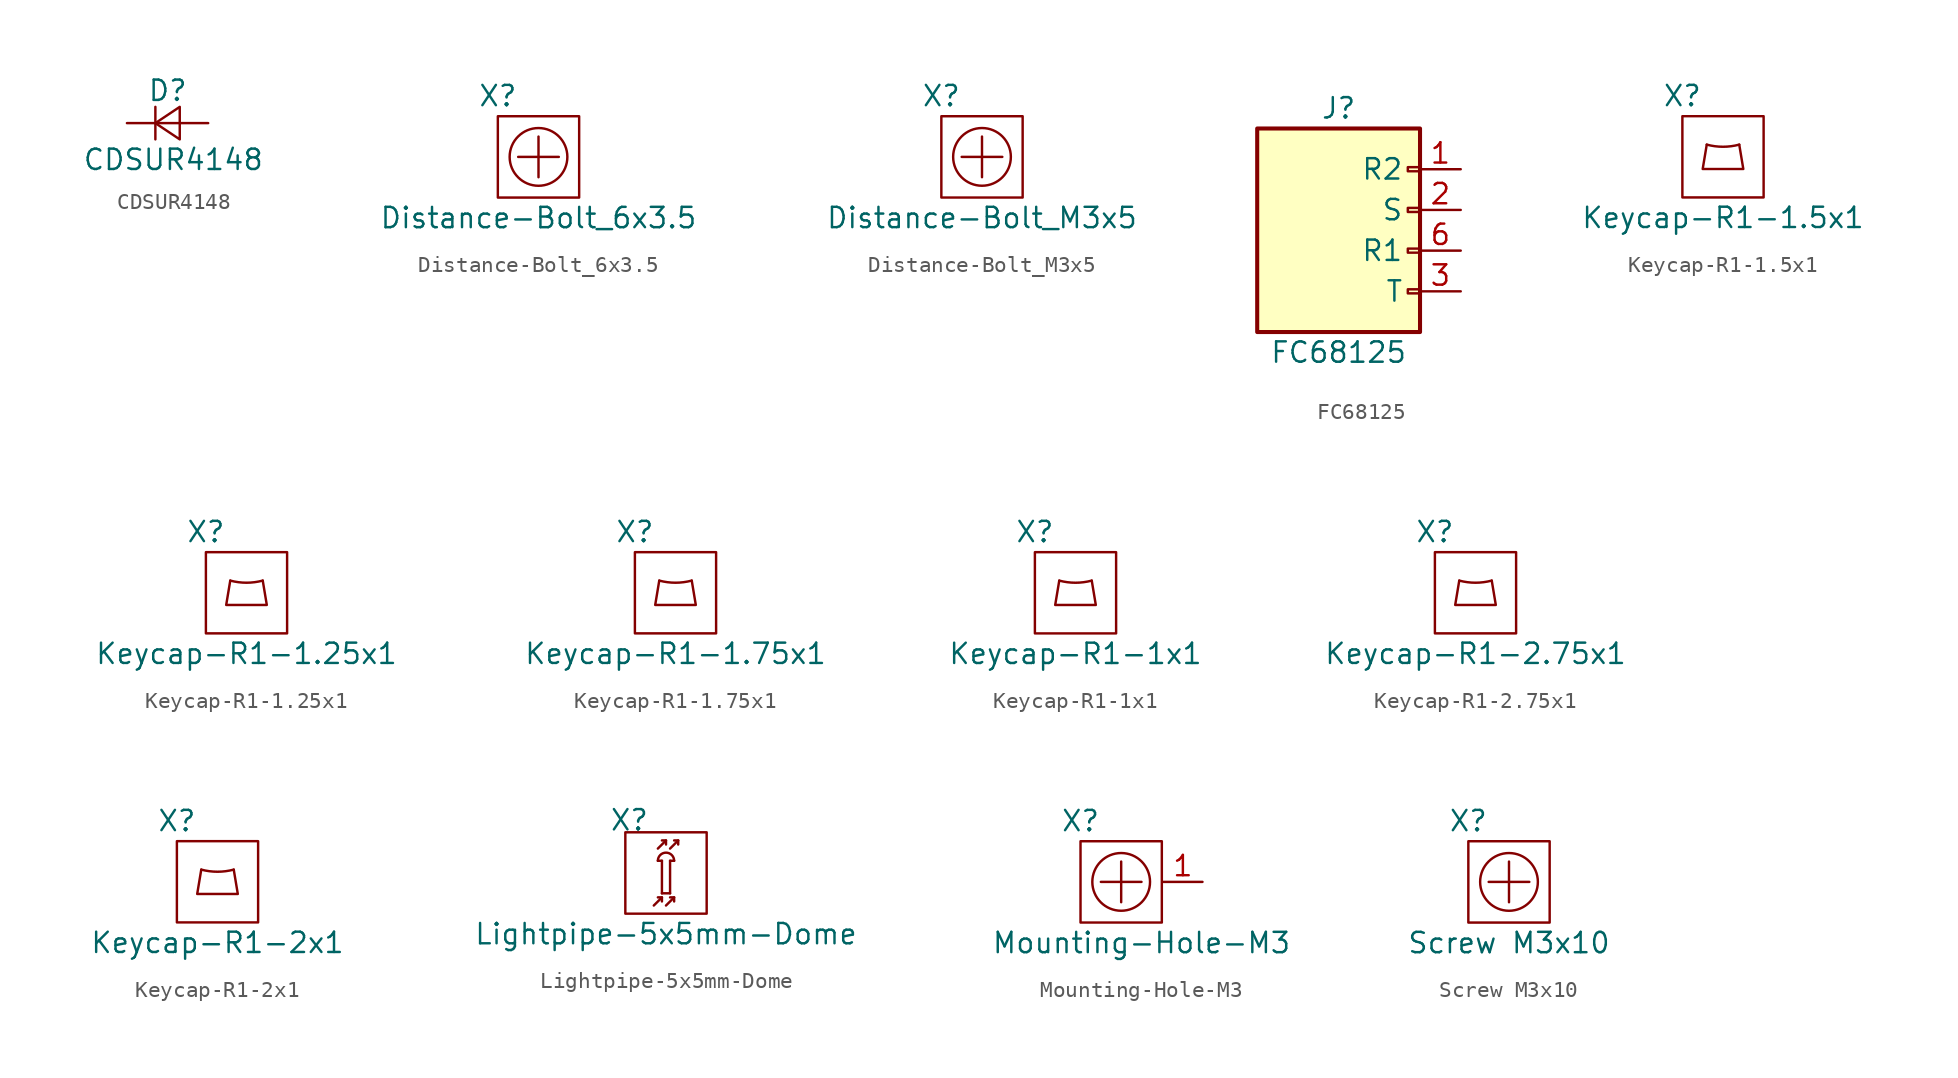
<source format=kicad_sym>
(kicad_symbol_lib
  (version 20211014)
  (generator kicad_symbol_editor)
  (symbol "CDSUR4148"
    (pin_numbers hide)
    (pin_names
      (offset 0.254) hide)
    (property "Reference" "D"
      (at -1.27 2.032 0)
      (effects (font (size 1.27 1.27)) (justify left)))
    (property "Value" "CDSUR4148"
      (at -5.334 -2.286 0)
      (effects (font (size 1.27 1.27)) (justify left)))
    (symbol "CDSUR4148_0_1"
      (polyline (pts (xy -0.762 -1.016) (xy -0.762 1.016)) (stroke (width 0) (type default) (color 0 0 0 0)) (fill (type none)))
      (polyline (pts (xy -0.762 0) (xy 0.762 0)) (stroke (width 0) (type default) (color 0 0 0 0)) (fill (type none)))
      (polyline (pts (xy 0.762 -1.016) (xy -0.762 0) (xy 0.762 1.016) (xy 0.762 -1.016)) (stroke (width 0) (type default) (color 0 0 0 0)) (fill (type none))))
    (symbol "CDSUR4148_1_1"
      (pin passive line (at -2.54 0 0) (length 1.778) (name "K" (effects (font (size 1.27 1.27)))) (number "1" (effects (font (size 1.27 1.27)))))
      (pin passive line (at 2.54 0 180) (length 1.778) (name "A" (effects (font (size 1.27 1.27)))) (number "2" (effects (font (size 1.27 1.27)))))))
  (symbol "Distance-Bolt_6x3.5"
    (property "Reference" "X"
      (at -2.54 3.81 0)
      (effects (font (size 1.27 1.27))))
    (property "Value" "Distance-Bolt_6x3.5"
      (at 0 -3.81 0)
      (effects (font (size 1.27 1.27))))
    (symbol "Distance-Bolt_6x3.5_0_1"
      (rectangle (start -2.54 2.54) (end 2.54 -2.54) (stroke (width 0) (type default) (color 0 0 0 0)) (fill (type none)))
      (polyline (pts (xy -1.27 0) (xy 1.27 0)) (stroke (width 0) (type default) (color 0 0 0 0)) (fill (type none)))
      (polyline (pts (xy 0 -1.27) (xy 0 1.27)) (stroke (width 0) (type default) (color 0 0 0 0)) (fill (type none)))
      (circle (center 0 0) (radius 1.803) (stroke (width 0) (type default) (color 0 0 0 0)) (fill (type none)))))
  (symbol "Distance-Bolt_M3x5"
    (property "Reference" "X"
      (at -2.54 3.81 0)
      (effects (font (size 1.27 1.27))))
    (property "Value" "Distance-Bolt_M3x5"
      (at 0 -3.81 0)
      (effects (font (size 1.27 1.27))))
    (symbol "Distance-Bolt_M3x5_0_1"
      (rectangle (start -2.54 2.54) (end 2.54 -2.54) (stroke (width 0) (type default) (color 0 0 0 0)) (fill (type none)))
      (polyline (pts (xy -1.27 0) (xy 1.27 0)) (stroke (width 0) (type default) (color 0 0 0 0)) (fill (type none)))
      (polyline (pts (xy 0 -1.27) (xy 0 1.27)) (stroke (width 0) (type default) (color 0 0 0 0)) (fill (type none)))
      (circle (center 0 0) (radius 1.803) (stroke (width 0) (type default) (color 0 0 0 0)) (fill (type none)))))
  (symbol "FC68125"
    (pin_names
      (offset 1.016))
    (property "Reference" "J"
      (at 0 7.62 0)
      (effects (font (size 1.27 1.27))))
    (property "Value" "FC68125"
      (at 0 -7.62 0)
      (effects (font (size 1.27 1.27))))
    (symbol "FC68125_0_1"
      (rectangle (start -5.08 6.35) (end 5.08 -6.35) (stroke (width 0.254) (type default) (color 0 0 0 0)) (fill (type background)))
      (rectangle (start 5.08 -3.937) (end 4.318 -3.683) (stroke (width 0) (type default) (color 0 0 0 0)) (fill (type none)))
      (rectangle (start 5.08 -1.397) (end 4.318 -1.143) (stroke (width 0) (type default) (color 0 0 0 0)) (fill (type none)))
      (rectangle (start 5.08 1.143) (end 4.318 1.397) (stroke (width 0) (type default) (color 0 0 0 0)) (fill (type none)))
      (rectangle (start 5.08 3.683) (end 4.318 3.937) (stroke (width 0) (type default) (color 0 0 0 0)) (fill (type none))))
    (symbol "FC68125_1_1"
      (pin passive line (at 7.62 3.81 180) (length 2.54) (name "R2" (effects (font (size 1.27 1.27)))) (number "1" (effects (font (size 1.27 1.27)))) (alternate "R2_OUT" output line) (alternate "RS_IN" input line))
      (pin passive line (at 7.62 1.27 180) (length 2.54) (name "S" (effects (font (size 1.27 1.27)))) (number "2" (effects (font (size 1.27 1.27)))) (alternate "S_IN" input line) (alternate "S_OUT" output line))
      (pin passive line (at 7.62 -3.81 180) (length 2.54) (name "T" (effects (font (size 1.27 1.27)))) (number "3" (effects (font (size 1.27 1.27)))) (alternate "T_IN" input line) (alternate "T_OUT" output line))
      (pin passive line (at 7.62 -1.27 180) (length 2.54) (name "R1" (effects (font (size 1.27 1.27)))) (number "6" (effects (font (size 1.27 1.27)))) (alternate "R1_IN" input line) (alternate "R1_OUT" output line))))
  (symbol "Keycap-R1-1.5x1"
    (pin_names
      (offset 1.016))
    (property "Reference" "X"
      (at -2.54 3.81 0)
      (effects (font (size 1.27 1.27))))
    (property "Value" "Keycap-R1-1.5x1"
      (at 0 -3.81 0)
      (effects (font (size 1.27 1.27))))
    (symbol "Keycap-R1-1.5x1_0_1"
      (rectangle (start -2.54 2.54) (end 2.54 -2.54) (stroke (width 0) (type default) (color 0 0 0 0)) (fill (type none)))
      (arc (start -1.016 0.762) (mid 0 0.6289) (end 1.016 0.762) (stroke (width 0) (type default) (color 0 0 0 0)) (fill (type none)))
      (polyline (pts (xy -1.016 0.762) (xy -1.27 -0.762) (xy 1.27 -0.762) (xy 1.016 0.762)) (stroke (width 0) (type default) (color 0 0 0 0)) (fill (type none)))))
  (symbol "Keycap-R1-1.25x1"
    (pin_names
      (offset 1.016))
    (property "Reference" "X"
      (at -2.54 3.81 0)
      (effects (font (size 1.27 1.27))))
    (property "Value" "Keycap-R1-1.25x1"
      (at 0 -3.81 0)
      (effects (font (size 1.27 1.27))))
    (symbol "Keycap-R1-1.25x1_0_1"
      (rectangle (start -2.54 2.54) (end 2.54 -2.54) (stroke (width 0) (type default) (color 0 0 0 0)) (fill (type none)))
      (arc (start -1.016 0.762) (mid 0 0.6289) (end 1.016 0.762) (stroke (width 0) (type default) (color 0 0 0 0)) (fill (type none)))
      (polyline (pts (xy -1.016 0.762) (xy -1.27 -0.762) (xy 1.27 -0.762) (xy 1.016 0.762)) (stroke (width 0) (type default) (color 0 0 0 0)) (fill (type none)))))
  (symbol "Keycap-R1-1.75x1"
    (pin_names
      (offset 1.016))
    (property "Reference" "X"
      (at -2.54 3.81 0)
      (effects (font (size 1.27 1.27))))
    (property "Value" "Keycap-R1-1.75x1"
      (at 0 -3.81 0)
      (effects (font (size 1.27 1.27))))
    (symbol "Keycap-R1-1.75x1_0_1"
      (rectangle (start -2.54 2.54) (end 2.54 -2.54) (stroke (width 0) (type default) (color 0 0 0 0)) (fill (type none)))
      (arc (start -1.016 0.762) (mid 0 0.6289) (end 1.016 0.762) (stroke (width 0) (type default) (color 0 0 0 0)) (fill (type none)))
      (polyline (pts (xy -1.016 0.762) (xy -1.27 -0.762) (xy 1.27 -0.762) (xy 1.016 0.762)) (stroke (width 0) (type default) (color 0 0 0 0)) (fill (type none)))))
  (symbol "Keycap-R1-1x1"
    (pin_names
      (offset 1.016))
    (property "Reference" "X"
      (at -2.54 3.81 0)
      (effects (font (size 1.27 1.27))))
    (property "Value" "Keycap-R1-1x1"
      (at 0 -3.81 0)
      (effects (font (size 1.27 1.27))))
    (symbol "Keycap-R1-1x1_0_1"
      (rectangle (start -2.54 2.54) (end 2.54 -2.54) (stroke (width 0) (type default) (color 0 0 0 0)) (fill (type none)))
      (arc (start -1.016 0.762) (mid 0 0.6289) (end 1.016 0.762) (stroke (width 0) (type default) (color 0 0 0 0)) (fill (type none)))
      (polyline (pts (xy -1.016 0.762) (xy -1.27 -0.762) (xy 1.27 -0.762) (xy 1.016 0.762)) (stroke (width 0) (type default) (color 0 0 0 0)) (fill (type none)))))
  (symbol "Keycap-R1-2.75x1"
    (pin_names
      (offset 1.016))
    (property "Reference" "X"
      (at -2.54 3.81 0)
      (effects (font (size 1.27 1.27))))
    (property "Value" "Keycap-R1-2.75x1"
      (at 0 -3.81 0)
      (effects (font (size 1.27 1.27))))
    (symbol "Keycap-R1-2.75x1_0_1"
      (rectangle (start -2.54 2.54) (end 2.54 -2.54) (stroke (width 0) (type default) (color 0 0 0 0)) (fill (type none)))
      (arc (start -1.016 0.762) (mid 0 0.6289) (end 1.016 0.762) (stroke (width 0) (type default) (color 0 0 0 0)) (fill (type none)))
      (polyline (pts (xy -1.016 0.762) (xy -1.27 -0.762) (xy 1.27 -0.762) (xy 1.016 0.762)) (stroke (width 0) (type default) (color 0 0 0 0)) (fill (type none)))))
  (symbol "Keycap-R1-2x1"
    (pin_names
      (offset 1.016))
    (property "Reference" "X"
      (at -2.54 3.81 0)
      (effects (font (size 1.27 1.27))))
    (property "Value" "Keycap-R1-2x1"
      (at 0 -3.81 0)
      (effects (font (size 1.27 1.27))))
    (symbol "Keycap-R1-2x1_0_1"
      (rectangle (start -2.54 2.54) (end 2.54 -2.54) (stroke (width 0) (type default) (color 0 0 0 0)) (fill (type none)))
      (arc (start -1.016 0.762) (mid 0 0.6289) (end 1.016 0.762) (stroke (width 0) (type default) (color 0 0 0 0)) (fill (type none)))
      (polyline (pts (xy -1.016 0.762) (xy -1.27 -0.762) (xy 1.27 -0.762) (xy 1.016 0.762)) (stroke (width 0) (type default) (color 0 0 0 0)) (fill (type none)))))
  (symbol "Lightpipe-5x5mm-Dome"
    (pin_names
      (offset 1.016))
    (property "Reference" "X"
      (at -2.286 3.302 0)
      (effects (font (size 1.27 1.27))))
    (property "Value" "Lightpipe-5x5mm-Dome"
      (at 0 -3.81 0)
      (effects (font (size 1.27 1.27))))
    (symbol "Lightpipe-5x5mm-Dome_0_1"
      (rectangle (start -2.54 2.54) (end 2.54 -2.54) (stroke (width 0) (type default) (color 0 0 0 0)) (fill (type none)))
      (rectangle (start -0.508 0.762) (end -0.254 0.762) (stroke (width 0) (type default) (color 0 0 0 0)) (fill (type none)))
      (rectangle (start -0.254 -1.27) (end -0.254 0.762) (stroke (width 0) (type default) (color 0 0 0 0)) (fill (type none)))
      (rectangle (start -0.254 -1.27) (end 0.254 -1.27) (stroke (width 0) (type default) (color 0 0 0 0)) (fill (type none)))
      (polyline (pts (xy -0.762 -2.032) (xy -0.254 -1.524)) (stroke (width 0) (type default) (color 0 0 0 0)) (fill (type none)))
      (polyline (pts (xy 0 -2.032) (xy 0.508 -1.524)) (stroke (width 0) (type default) (color 0 0 0 0)) (fill (type none)))
      (polyline (pts (xy -0.508 -1.524) (xy -0.254 -1.524) (xy -0.254 -1.778)) (stroke (width 0) (type default) (color 0 0 0 0)) (fill (type none)))
      (polyline (pts (xy 0.254 -1.524) (xy 0.508 -1.524) (xy 0.508 -1.778)) (stroke (width 0) (type default) (color 0 0 0 0)) (fill (type none)))
      (rectangle (start 0.254 0.762) (end 0.254 -1.27) (stroke (width 0) (type default) (color 0 0 0 0)) (fill (type none)))
      (rectangle (start 0.254 0.762) (end 0.508 0.762) (stroke (width 0) (type default) (color 0 0 0 0)) (fill (type none)))
      (arc (start 0.508 0.762) (mid 0 1.27) (end -0.508 0.762) (stroke (width 0) (type default) (color 0 0 0 0)) (fill (type none))))
    (symbol "Lightpipe-5x5mm-Dome_1_1"
      (polyline (pts (xy -0.508 1.524) (xy 0 2.032)) (stroke (width 0) (type default) (color 0 0 0 0)) (fill (type none)))
      (polyline (pts (xy 0.254 1.524) (xy 0.762 2.032)) (stroke (width 0) (type default) (color 0 0 0 0)) (fill (type none)))
      (polyline (pts (xy -0.254 2.032) (xy 0 2.032) (xy 0 1.778)) (stroke (width 0) (type default) (color 0 0 0 0)) (fill (type none)))
      (polyline (pts (xy 0.508 2.032) (xy 0.762 2.032) (xy 0.762 1.778)) (stroke (width 0) (type default) (color 0 0 0 0)) (fill (type none)))))
  (symbol "Mounting-Hole-M3"
    (pin_names
      (offset 1.016))
    (property "Reference" "X"
      (at -2.54 3.81 0)
      (effects (font (size 1.27 1.27))))
    (property "Value" "Mounting-Hole-M3"
      (at 1.27 -3.81 0)
      (effects (font (size 1.27 1.27))))
    (symbol "Mounting-Hole-M3_0_1"
      (rectangle (start -2.54 2.54) (end 2.54 -2.54) (stroke (width 0) (type default) (color 0 0 0 0)) (fill (type none)))
      (polyline (pts (xy -1.27 0) (xy 1.27 0)) (stroke (width 0) (type default) (color 0 0 0 0)) (fill (type none)))
      (polyline (pts (xy 0 -1.27) (xy 0 1.27)) (stroke (width 0) (type default) (color 0 0 0 0)) (fill (type none)))
      (circle (center 0 0) (radius 1.803) (stroke (width 0) (type default) (color 0 0 0 0)) (fill (type none))))
    (symbol "Mounting-Hole-M3_1_1"
      (pin passive line (at 5.08 0 180) (length 2.45) (name "" (effects (font (size 1.27 1.27)))) (number "1" (effects (font (size 1.27 1.27)))))))
  (symbol "Screw M3x10"
    (property "Reference" "X"
      (at -2.54 3.81 0)
      (effects (font (size 1.27 1.27))))
    (property "Value" "Screw M3x10"
      (at 0 -3.81 0)
      (effects (font (size 1.27 1.27))))
    (symbol "Screw M3x10_0_1"
      (rectangle (start -2.54 2.54) (end 2.54 -2.54) (stroke (width 0) (type default) (color 0 0 0 0)) (fill (type none)))
      (polyline (pts (xy -1.27 0) (xy 1.27 0)) (stroke (width 0) (type default) (color 0 0 0 0)) (fill (type none)))
      (polyline (pts (xy 0 -1.27) (xy 0 1.27)) (stroke (width 0) (type default) (color 0 0 0 0)) (fill (type none)))
      (circle (center 0 0) (radius 1.803) (stroke (width 0) (type default) (color 0 0 0 0)) (fill (type none))))))
</source>
